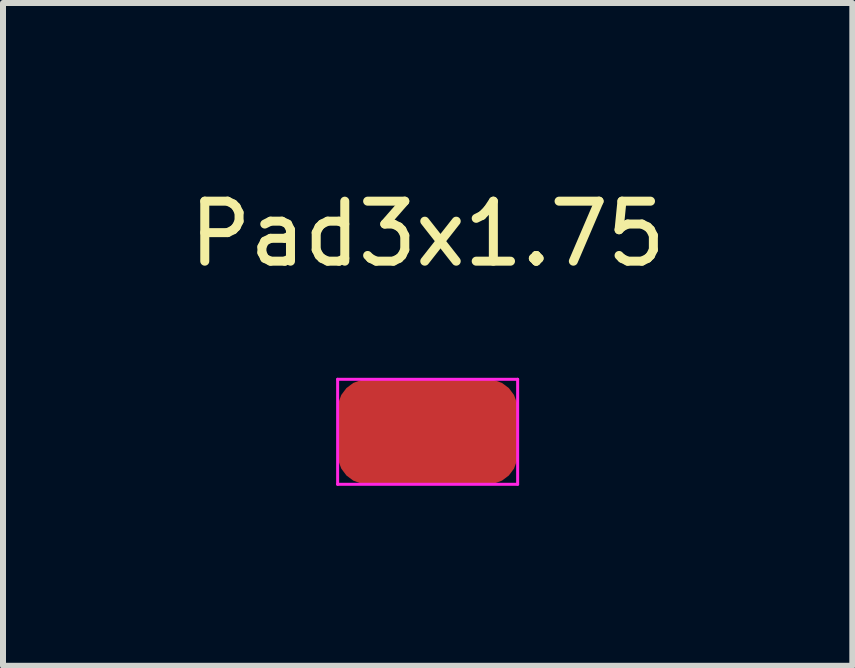
<source format=kicad_pcb>
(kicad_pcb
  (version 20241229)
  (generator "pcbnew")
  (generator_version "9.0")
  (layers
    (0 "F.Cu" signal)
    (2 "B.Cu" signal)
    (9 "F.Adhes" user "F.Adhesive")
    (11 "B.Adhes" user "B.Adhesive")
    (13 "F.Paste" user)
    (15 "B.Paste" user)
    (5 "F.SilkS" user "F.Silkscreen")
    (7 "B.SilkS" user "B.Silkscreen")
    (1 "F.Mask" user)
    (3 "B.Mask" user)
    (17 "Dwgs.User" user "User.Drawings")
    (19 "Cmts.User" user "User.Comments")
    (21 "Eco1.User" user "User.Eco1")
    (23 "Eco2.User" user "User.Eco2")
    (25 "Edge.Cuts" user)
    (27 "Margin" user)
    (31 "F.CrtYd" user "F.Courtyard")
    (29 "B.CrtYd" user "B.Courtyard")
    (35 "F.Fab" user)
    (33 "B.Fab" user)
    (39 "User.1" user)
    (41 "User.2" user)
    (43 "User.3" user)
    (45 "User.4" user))
  (footprint "Pad3x1.75"
    (layer "F.Cu")
    (at 4.077 3.246)
    (property "Reference" "Pad3x1.75" (at 0 -2.398 0) (layer "F.SilkS") (effects (font (size 1 1) (thickness 0.15))))
    (attr exclude_from_pos_files exclude_from_bom)
    (fp_line (start -1.5 0.025) (end -1.5 1.775) (stroke (width 0.05) (type solid)) (layer "F.CrtYd"))
    (fp_line (start -1.5 0.025) (end 1.5 0.025) (stroke (width 0.05) (type solid)) (layer "F.CrtYd"))
    (fp_line (start 1.5 1.775) (end -1.5 1.775) (stroke (width 0.05) (type solid)) (layer "F.CrtYd"))
    (fp_line (start 1.5 1.775) (end 1.5 0.025) (stroke (width 0.05) (type solid)) (layer "F.CrtYd"))
    (pad "1" smd roundrect (at 0 0.9) (size 3 1.75) (layers "F.Cu" "F.Mask") (roundrect_rratio 0.286)))
  (gr_rect
    (start -3 -3)
    (end 11.155 8.046)
    (stroke (width 0.1) (type default))
    (fill no)
    (layer "Edge.Cuts")))
</source>
